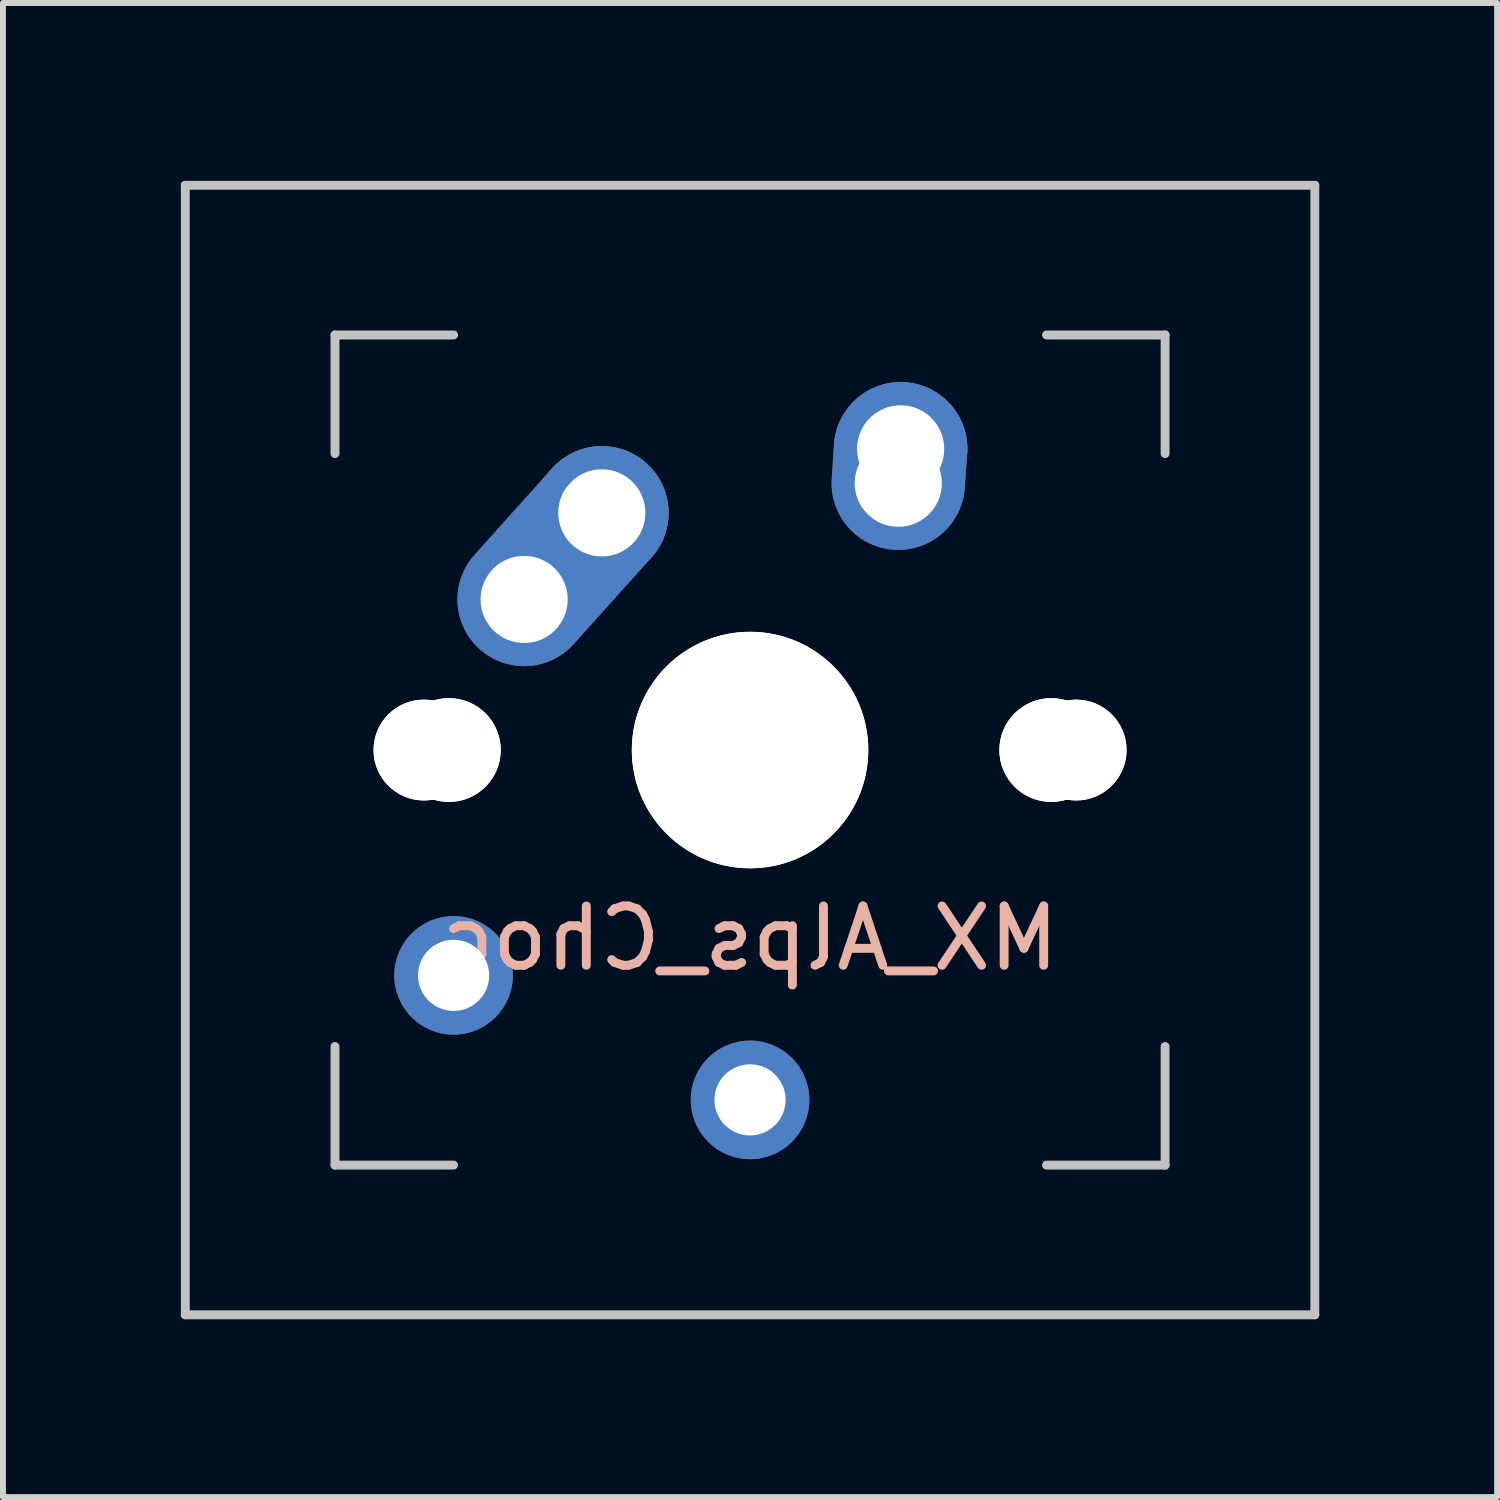
<source format=kicad_pcb>
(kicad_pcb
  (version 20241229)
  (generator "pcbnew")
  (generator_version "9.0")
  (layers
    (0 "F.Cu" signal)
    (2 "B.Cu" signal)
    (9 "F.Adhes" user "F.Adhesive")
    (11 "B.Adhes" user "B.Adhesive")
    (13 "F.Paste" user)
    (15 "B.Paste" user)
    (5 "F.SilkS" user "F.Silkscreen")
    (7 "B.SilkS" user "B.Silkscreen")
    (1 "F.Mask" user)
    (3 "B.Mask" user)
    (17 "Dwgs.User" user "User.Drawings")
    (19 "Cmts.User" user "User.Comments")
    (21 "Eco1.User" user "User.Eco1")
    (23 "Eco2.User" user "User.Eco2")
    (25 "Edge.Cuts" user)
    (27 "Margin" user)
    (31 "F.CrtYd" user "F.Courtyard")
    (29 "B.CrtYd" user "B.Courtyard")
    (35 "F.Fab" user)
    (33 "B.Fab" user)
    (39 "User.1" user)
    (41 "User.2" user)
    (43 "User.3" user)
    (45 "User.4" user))
  (footprint "MX_Alps_Choc"
    (layer "F.Cu")
    (at 9.6 9.6)
    (property "Reference" "MX_Alps_Choc" (at 0 3.175 0) (layer "B.SilkS") (effects (font (size 1 1) (thickness 0.15)) (justify mirror)))
    (attr through_hole)
    (fp_line (start -9.525 -9.525) (end 9.525 -9.525) (stroke (width 0.15) (type solid)) (layer "Dwgs.User"))
    (fp_line (start -9.525 9.525) (end -9.525 -9.525) (stroke (width 0.15) (type solid)) (layer "Dwgs.User"))
    (fp_line (start -7 -7) (end -7 -5) (stroke (width 0.15) (type solid)) (layer "Dwgs.User"))
    (fp_line (start -7 5) (end -7 7) (stroke (width 0.15) (type solid)) (layer "Dwgs.User"))
    (fp_line (start -7 7) (end -5 7) (stroke (width 0.15) (type solid)) (layer "Dwgs.User"))
    (fp_line (start -5 -7) (end -7 -7) (stroke (width 0.15) (type solid)) (layer "Dwgs.User"))
    (fp_line (start 5 -7) (end 7 -7) (stroke (width 0.15) (type solid)) (layer "Dwgs.User"))
    (fp_line (start 5 7) (end 7 7) (stroke (width 0.15) (type solid)) (layer "Dwgs.User"))
    (fp_line (start 7 -7) (end 7 -5) (stroke (width 0.15) (type solid)) (layer "Dwgs.User"))
    (fp_line (start 7 7) (end 7 5) (stroke (width 0.15) (type solid)) (layer "Dwgs.User"))
    (fp_line (start 9.525 -9.525) (end 9.525 9.525) (stroke (width 0.15) (type solid)) (layer "Dwgs.User"))
    (fp_line (start 9.525 9.525) (end -9.525 9.525) (stroke (width 0.15) (type solid)) (layer "Dwgs.User"))
    (pad "" np_thru_hole circle (at -5.5 0 228.1) (size 1.7 1.7) (drill 1.7) (layers "*.Cu" "*.Mask"))
    (pad "" np_thru_hole circle (at -5.5 0 48.1) (size 1.7 1.7) (drill 1.7) (layers "*.Cu" "*.Mask"))
    (pad "" np_thru_hole circle (at -5.08 0 48.1) (size 1.75 1.75) (drill 1.75) (layers "*.Cu" "*.Mask"))
    (pad "" np_thru_hole circle (at -5.08 0 228.1) (size 1.75 1.75) (drill 1.75) (layers "*.Cu" "*.Mask"))
    (pad "" np_thru_hole circle (at 0 0 180) (size 3.988 3.988) (drill 3.988) (layers "*.Cu" "*.Mask"))
    (pad "" np_thru_hole circle (at 0 0) (size 3.988 3.988) (drill 3.988) (layers "*.Cu" "*.Mask"))
    (pad "" np_thru_hole circle (at 5.08 0 228.1) (size 1.75 1.75) (drill 1.75) (layers "*.Cu" "*.Mask"))
    (pad "" np_thru_hole circle (at 5.08 0 48.1) (size 1.75 1.75) (drill 1.75) (layers "*.Cu" "*.Mask"))
    (pad "" np_thru_hole circle (at 5.5 0 228.1) (size 1.7 1.7) (drill 1.7) (layers "*.Cu" "*.Mask"))
    (pad "" np_thru_hole circle (at 5.5 0 48.1) (size 1.7 1.7) (drill 1.7) (layers "*.Cu" "*.Mask"))
    (pad "1" thru_hole circle (at -5 3.8 180) (size 2 2) (drill 1.2) (layers "*.Cu" "*.Mask"))
    (pad "1" thru_hole oval (at 2.5 -4.5 86.1) (size 2.831 2.25) (drill 1.47 (offset 0.291 0)) (layers "*.Cu" "*.Mask"))
    (pad "1" thru_hole circle (at 2.54 -5.08) (size 2.25 2.25) (drill 1.47) (layers "*.Cu" "*.Mask"))
    (pad "2" thru_hole oval (at -3.81 -2.54 48.1) (size 4.212 2.25) (drill 1.47 (offset 0.981 0)) (layers "*.Cu" "*.Mask"))
    (pad "2" thru_hole circle (at -2.5 -4) (size 2.25 2.25) (drill 1.47) (layers "*.Cu" "*.Mask"))
    (pad "2" thru_hole circle (at 0 5.9 180) (size 2 2) (drill 1.2) (layers "*.Cu" "*.Mask")))
  (gr_rect
    (start -3 -3)
    (end 22.2 22.2)
    (stroke (width 0.1) (type default))
    (fill no)
    (layer "Edge.Cuts")))
</source>
